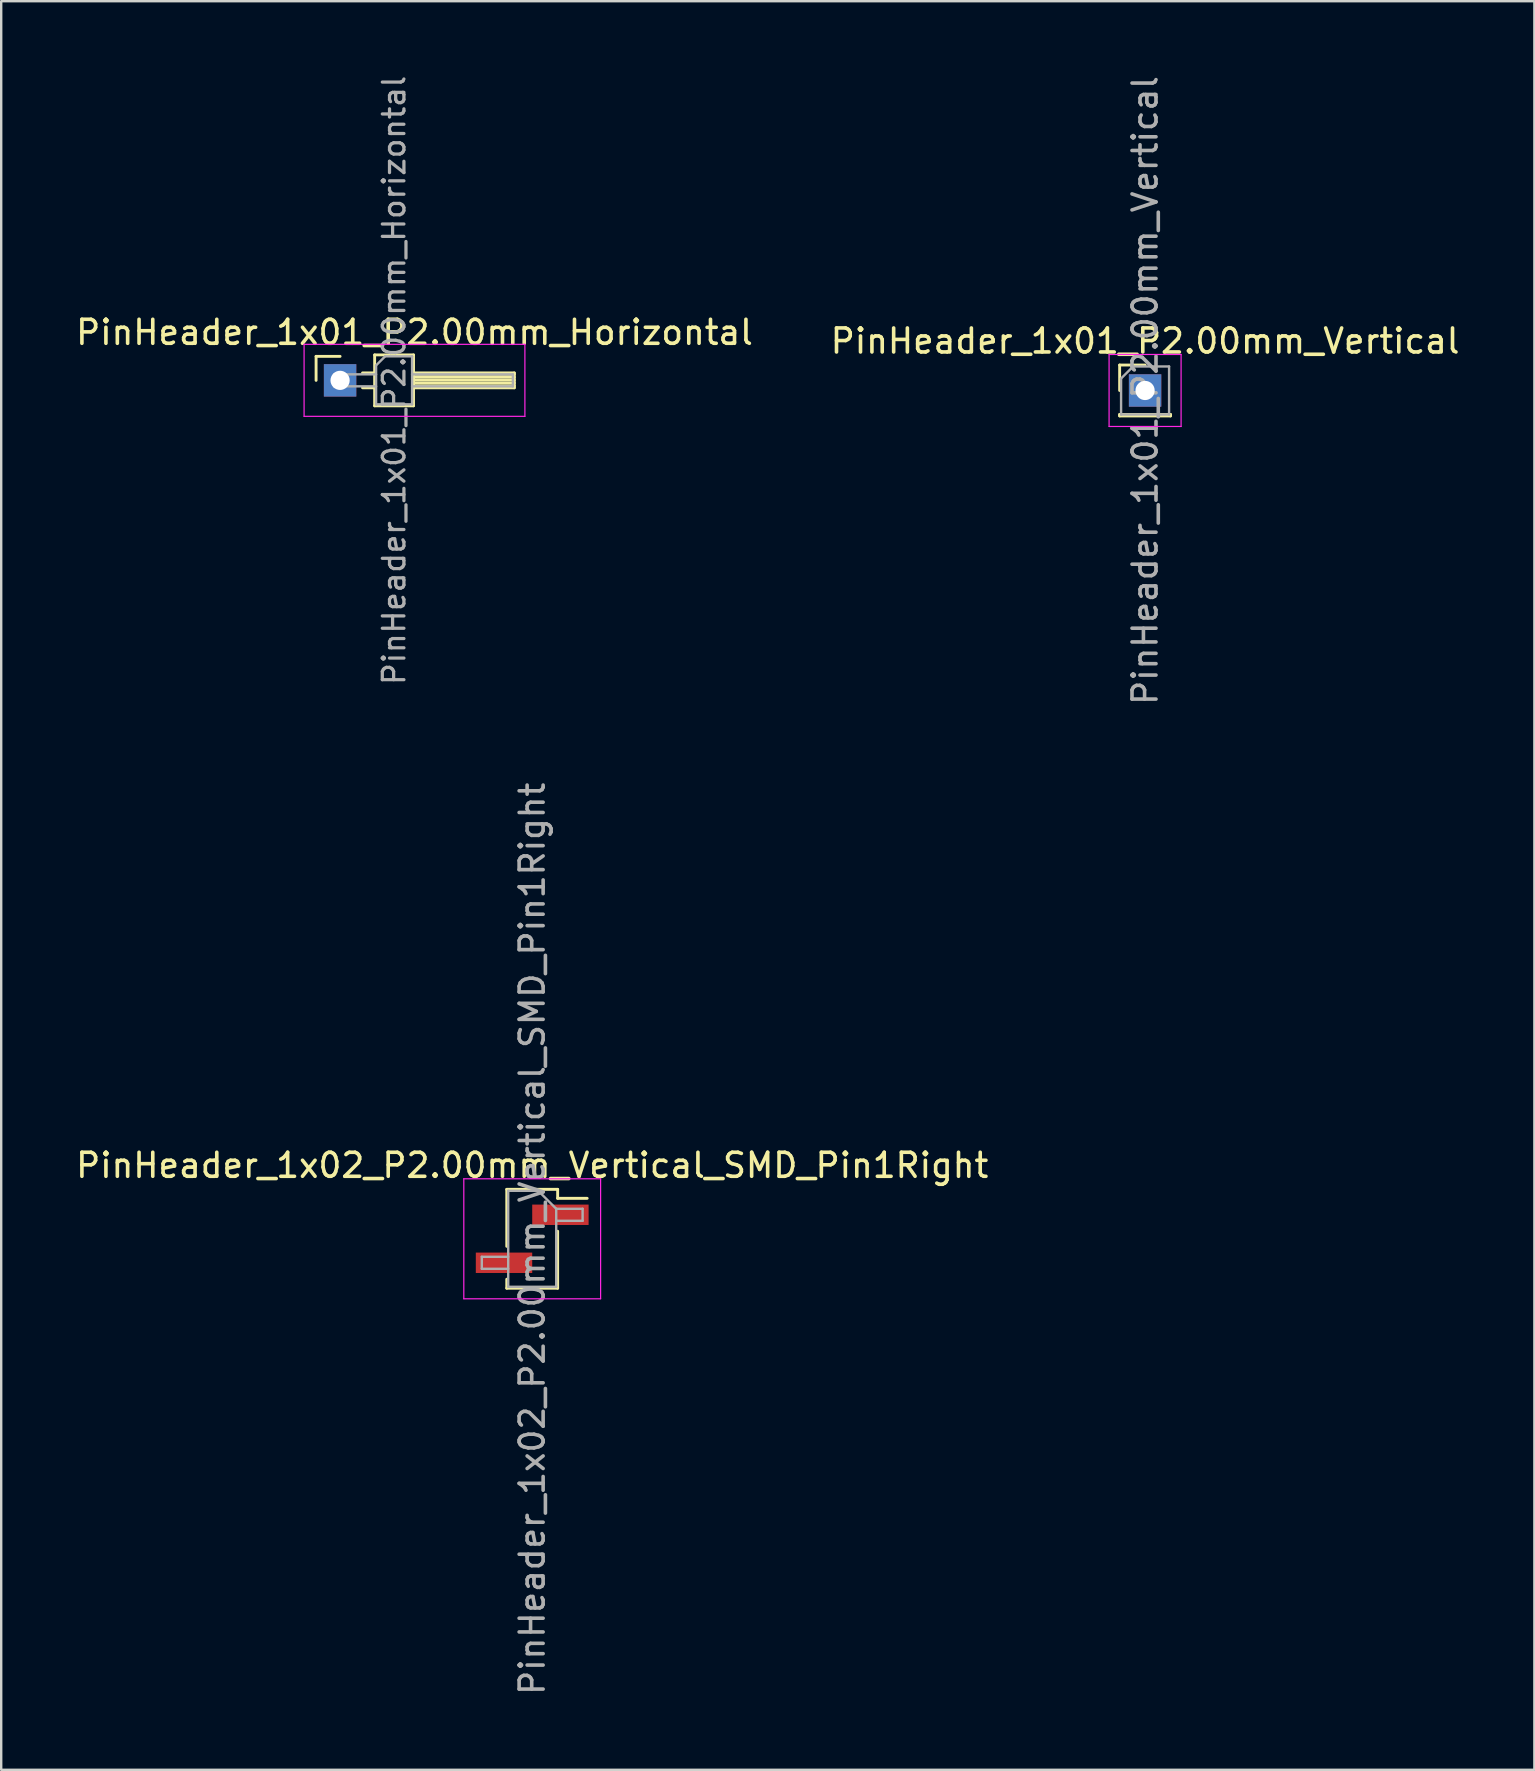
<source format=kicad_pcb>
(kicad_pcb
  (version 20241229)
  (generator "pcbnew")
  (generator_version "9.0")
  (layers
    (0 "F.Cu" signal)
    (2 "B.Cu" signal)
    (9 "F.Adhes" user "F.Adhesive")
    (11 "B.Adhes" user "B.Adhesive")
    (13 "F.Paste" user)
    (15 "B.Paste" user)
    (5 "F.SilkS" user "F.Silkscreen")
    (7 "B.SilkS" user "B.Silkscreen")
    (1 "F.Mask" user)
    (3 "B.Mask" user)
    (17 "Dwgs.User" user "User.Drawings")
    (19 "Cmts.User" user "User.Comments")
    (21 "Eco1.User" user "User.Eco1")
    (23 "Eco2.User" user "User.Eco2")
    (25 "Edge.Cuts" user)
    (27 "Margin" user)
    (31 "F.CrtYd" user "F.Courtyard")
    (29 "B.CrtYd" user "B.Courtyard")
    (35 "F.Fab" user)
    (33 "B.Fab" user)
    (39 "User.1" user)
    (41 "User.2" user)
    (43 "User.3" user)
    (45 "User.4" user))
  (footprint "PinHeader_1x01_P2.00mm_Vertical"
    (layer "F.Cu")
    (at 44.661 13.22)
    (property "Reference" "PinHeader_1x01_P2.00mm_Vertical" (at 0 -2.06 0) (layer "F.SilkS") (effects (font (size 1 1) (thickness 0.15))))
    (attr through_hole)
    (fp_line (start -1.06 -1.06) (end 0 -1.06) (stroke (width 0.12) (type solid)) (layer "F.SilkS"))
    (fp_line (start -1.06 0) (end -1.06 -1.06) (stroke (width 0.12) (type solid)) (layer "F.SilkS"))
    (fp_line (start -1.06 1) (end -1.06 1.06) (stroke (width 0.12) (type solid)) (layer "F.SilkS"))
    (fp_line (start -1.06 1) (end 1.06 1) (stroke (width 0.12) (type solid)) (layer "F.SilkS"))
    (fp_line (start -1.06 1.06) (end 1.06 1.06) (stroke (width 0.12) (type solid)) (layer "F.SilkS"))
    (fp_line (start 1.06 1) (end 1.06 1.06) (stroke (width 0.12) (type solid)) (layer "F.SilkS"))
    (fp_line (start -1.5 -1.5) (end -1.5 1.5) (stroke (width 0.05) (type solid)) (layer "F.CrtYd"))
    (fp_line (start -1.5 1.5) (end 1.5 1.5) (stroke (width 0.05) (type solid)) (layer "F.CrtYd"))
    (fp_line (start 1.5 -1.5) (end -1.5 -1.5) (stroke (width 0.05) (type solid)) (layer "F.CrtYd"))
    (fp_line (start 1.5 1.5) (end 1.5 -1.5) (stroke (width 0.05) (type solid)) (layer "F.CrtYd"))
    (fp_line (start -1 -0.5) (end -0.5 -1) (stroke (width 0.1) (type solid)) (layer "F.Fab"))
    (fp_line (start -1 1) (end -1 -0.5) (stroke (width 0.1) (type solid)) (layer "F.Fab"))
    (fp_line (start -0.5 -1) (end 1 -1) (stroke (width 0.1) (type solid)) (layer "F.Fab"))
    (fp_line (start 1 -1) (end 1 1) (stroke (width 0.1) (type solid)) (layer "F.Fab"))
    (fp_line (start 1 1) (end -1 1) (stroke (width 0.1) (type solid)) (layer "F.Fab"))
    (fp_text user "${REFERENCE}" (at 0 0 90) (layer "F.Fab") (effects (font (size 1 1) (thickness 0.15))))
    (pad "1" thru_hole rect (at 0 0) (size 1.35 1.35) (drill 0.8) (layers "*.Cu" "*.Mask")))
  (footprint "PinHeader_1x01_P2.00mm_Horizontal"
    (layer "F.Cu")
    (at 11.12 12.798)
    (property "Reference" "PinHeader_1x01_P2.00mm_Horizontal" (at 3.1 -2 0) (layer "F.SilkS") (effects (font (size 1 1) (thickness 0.15))))
    (attr through_hole)
    (fp_line (start -1 -1) (end 0 -1) (stroke (width 0.12) (type solid)) (layer "F.SilkS"))
    (fp_line (start -1 0) (end -1 -1) (stroke (width 0.12) (type solid)) (layer "F.SilkS"))
    (fp_line (start 0.935 -0.31) (end 1.44 -0.31) (stroke (width 0.12) (type solid)) (layer "F.SilkS"))
    (fp_line (start 0.935 0.31) (end 1.44 0.31) (stroke (width 0.12) (type solid)) (layer "F.SilkS"))
    (fp_line (start 1.44 -1.06) (end 1.44 1.06) (stroke (width 0.12) (type solid)) (layer "F.SilkS"))
    (fp_line (start 1.44 1.06) (end 3.06 1.06) (stroke (width 0.12) (type solid)) (layer "F.SilkS"))
    (fp_line (start 3.06 -1.06) (end 1.44 -1.06) (stroke (width 0.12) (type solid)) (layer "F.SilkS"))
    (fp_line (start 3.06 -0.31) (end 7.26 -0.31) (stroke (width 0.12) (type solid)) (layer "F.SilkS"))
    (fp_line (start 3.06 -0.25) (end 7.26 -0.25) (stroke (width 0.12) (type solid)) (layer "F.SilkS"))
    (fp_line (start 3.06 -0.13) (end 7.26 -0.13) (stroke (width 0.12) (type solid)) (layer "F.SilkS"))
    (fp_line (start 3.06 -0.01) (end 7.26 -0.01) (stroke (width 0.12) (type solid)) (layer "F.SilkS"))
    (fp_line (start 3.06 0.11) (end 7.26 0.11) (stroke (width 0.12) (type solid)) (layer "F.SilkS"))
    (fp_line (start 3.06 0.23) (end 7.26 0.23) (stroke (width 0.12) (type solid)) (layer "F.SilkS"))
    (fp_line (start 3.06 1.06) (end 3.06 -1.06) (stroke (width 0.12) (type solid)) (layer "F.SilkS"))
    (fp_line (start 7.26 -0.31) (end 7.26 0.31) (stroke (width 0.12) (type solid)) (layer "F.SilkS"))
    (fp_line (start 7.26 0.31) (end 3.06 0.31) (stroke (width 0.12) (type solid)) (layer "F.SilkS"))
    (fp_line (start -1.5 -1.5) (end -1.5 1.5) (stroke (width 0.05) (type solid)) (layer "F.CrtYd"))
    (fp_line (start -1.5 1.5) (end 7.7 1.5) (stroke (width 0.05) (type solid)) (layer "F.CrtYd"))
    (fp_line (start 7.7 -1.5) (end -1.5 -1.5) (stroke (width 0.05) (type solid)) (layer "F.CrtYd"))
    (fp_line (start 7.7 1.5) (end 7.7 -1.5) (stroke (width 0.05) (type solid)) (layer "F.CrtYd"))
    (fp_line (start -0.25 -0.25) (end -0.25 0.25) (stroke (width 0.1) (type solid)) (layer "F.Fab"))
    (fp_line (start -0.25 -0.25) (end 1.5 -0.25) (stroke (width 0.1) (type solid)) (layer "F.Fab"))
    (fp_line (start -0.25 0.25) (end 1.5 0.25) (stroke (width 0.1) (type solid)) (layer "F.Fab"))
    (fp_line (start 1.5 -0.625) (end 1.875 -1) (stroke (width 0.1) (type solid)) (layer "F.Fab"))
    (fp_line (start 1.5 1) (end 1.5 -0.625) (stroke (width 0.1) (type solid)) (layer "F.Fab"))
    (fp_line (start 1.875 -1) (end 3 -1) (stroke (width 0.1) (type solid)) (layer "F.Fab"))
    (fp_line (start 3 -1) (end 3 1) (stroke (width 0.1) (type solid)) (layer "F.Fab"))
    (fp_line (start 3 -0.25) (end 7.2 -0.25) (stroke (width 0.1) (type solid)) (layer "F.Fab"))
    (fp_line (start 3 0.25) (end 7.2 0.25) (stroke (width 0.1) (type solid)) (layer "F.Fab"))
    (fp_line (start 3 1) (end 1.5 1) (stroke (width 0.1) (type solid)) (layer "F.Fab"))
    (fp_line (start 7.2 -0.25) (end 7.2 0.25) (stroke (width 0.1) (type solid)) (layer "F.Fab"))
    (fp_text user "${REFERENCE}" (at 2.25 0 90) (layer "F.Fab") (effects (font (size 0.9 0.9) (thickness 0.135))))
    (pad "1" thru_hole rect (at 0 0) (size 1.35 1.35) (drill 0.8) (layers "*.Cu" "*.Mask")))
  (footprint "PinHeader_1x02_P2.00mm_Vertical_SMD_Pin1Right"
    (layer "F.Cu")
    (at 19.125 48.565)
    (property "Reference" "PinHeader_1x02_P2.00mm_Vertical_SMD_Pin1Right" (at 0 -3.06 0) (layer "F.SilkS") (effects (font (size 1 1) (thickness 0.15))))
    (attr smd)
    (fp_line (start -1.06 -2.06) (end -1.06 0.315) (stroke (width 0.12) (type solid)) (layer "F.SilkS"))
    (fp_line (start -1.06 -2.06) (end 1.06 -2.06) (stroke (width 0.12) (type solid)) (layer "F.SilkS"))
    (fp_line (start -1.06 1.685) (end -1.06 2.06) (stroke (width 0.12) (type solid)) (layer "F.SilkS"))
    (fp_line (start -1.06 2.06) (end 1.06 2.06) (stroke (width 0.12) (type solid)) (layer "F.SilkS"))
    (fp_line (start 1.06 -2.06) (end 1.06 -1.685) (stroke (width 0.12) (type solid)) (layer "F.SilkS"))
    (fp_line (start 1.06 -1.685) (end 2.29 -1.685) (stroke (width 0.12) (type solid)) (layer "F.SilkS"))
    (fp_line (start 1.06 -0.315) (end 1.06 2.06) (stroke (width 0.12) (type solid)) (layer "F.SilkS"))
    (fp_line (start -2.85 -2.5) (end -2.85 2.5) (stroke (width 0.05) (type solid)) (layer "F.CrtYd"))
    (fp_line (start -2.85 2.5) (end 2.85 2.5) (stroke (width 0.05) (type solid)) (layer "F.CrtYd"))
    (fp_line (start 2.85 -2.5) (end -2.85 -2.5) (stroke (width 0.05) (type solid)) (layer "F.CrtYd"))
    (fp_line (start 2.85 2.5) (end 2.85 -2.5) (stroke (width 0.05) (type solid)) (layer "F.CrtYd"))
    (fp_line (start -2.1 0.75) (end -2.1 1.25) (stroke (width 0.1) (type solid)) (layer "F.Fab"))
    (fp_line (start -2.1 1.25) (end -1 1.25) (stroke (width 0.1) (type solid)) (layer "F.Fab"))
    (fp_line (start -1 -2) (end -1 2) (stroke (width 0.1) (type solid)) (layer "F.Fab"))
    (fp_line (start -1 -2) (end 0.25 -2) (stroke (width 0.1) (type solid)) (layer "F.Fab"))
    (fp_line (start -1 0.75) (end -2.1 0.75) (stroke (width 0.1) (type solid)) (layer "F.Fab"))
    (fp_line (start 1 -1.25) (end 0.25 -2) (stroke (width 0.1) (type solid)) (layer "F.Fab"))
    (fp_line (start 1 -1.25) (end 2.1 -1.25) (stroke (width 0.1) (type solid)) (layer "F.Fab"))
    (fp_line (start 1 2) (end -1 2) (stroke (width 0.1) (type solid)) (layer "F.Fab"))
    (fp_line (start 1 2) (end 1 -1.25) (stroke (width 0.1) (type solid)) (layer "F.Fab"))
    (fp_line (start 2.1 -1.25) (end 2.1 -0.75) (stroke (width 0.1) (type solid)) (layer "F.Fab"))
    (fp_line (start 2.1 -0.75) (end 1 -0.75) (stroke (width 0.1) (type solid)) (layer "F.Fab"))
    (fp_text user "${REFERENCE}" (at 0 0 90) (layer "F.Fab") (effects (font (size 1 1) (thickness 0.15))))
    (pad "1" smd rect (at 1.175 -1) (size 2.35 0.85) (layers "F.Cu" "F.Mask" "F.Paste"))
    (pad "2" smd rect (at -1.175 1) (size 2.35 0.85) (layers "F.Cu" "F.Mask" "F.Paste")))
  (gr_rect
    (start -3 -3)
    (end 60.881 70.69)
    (stroke (width 0.1) (type default))
    (fill no)
    (layer "Edge.Cuts")))
</source>
